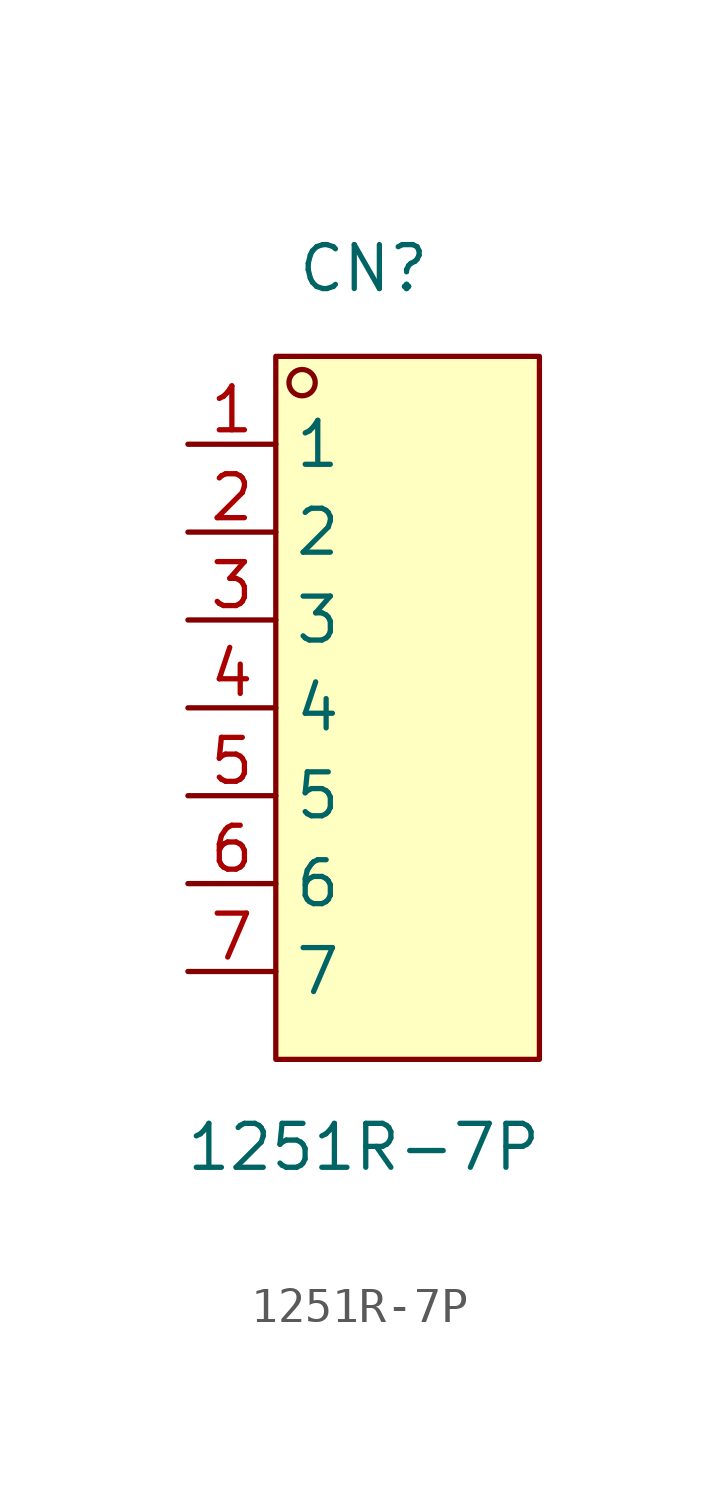
<source format=kicad_sym>
(kicad_symbol_lib
  (version 20211014)
  (generator https://github.com/uPesy/easyeda2kicad.py)
  (symbol "1251R-7P"
    (property "Reference" "CN"
      (at 0 12.70 0)
      (effects (font (size 1.27 1.27))))
    (property "Value" "1251R-7P"
      (at 0 -12.70 0)
      (effects (font (size 1.27 1.27))))
    (symbol "1251R-7P_0_1"
      (rectangle (start -2.54 10.16) (end 5.08 -10.16) (stroke (width 0) (type default) (color 0 0 0 0)) (fill (type background)))
      (circle (center -1.78 9.40) (radius 0.38) (stroke (width 0) (type default) (color 0 0 0 0)) (fill (type none)))
      (pin unspecified line (at -5.08 7.62 0) (length 2.54) (name "1" (effects (font (size 1.27 1.27)))) (number "1" (effects (font (size 1.27 1.27)))))
      (pin unspecified line (at -5.08 5.08 0) (length 2.54) (name "2" (effects (font (size 1.27 1.27)))) (number "2" (effects (font (size 1.27 1.27)))))
      (pin unspecified line (at -5.08 2.54 0) (length 2.54) (name "3" (effects (font (size 1.27 1.27)))) (number "3" (effects (font (size 1.27 1.27)))))
      (pin unspecified line (at -5.08 -0.00 0) (length 2.54) (name "4" (effects (font (size 1.27 1.27)))) (number "4" (effects (font (size 1.27 1.27)))))
      (pin unspecified line (at -5.08 -2.54 0) (length 2.54) (name "5" (effects (font (size 1.27 1.27)))) (number "5" (effects (font (size 1.27 1.27)))))
      (pin unspecified line (at -5.08 -5.08 0) (length 2.54) (name "6" (effects (font (size 1.27 1.27)))) (number "6" (effects (font (size 1.27 1.27)))))
      (pin unspecified line (at -5.08 -7.62 0) (length 2.54) (name "7" (effects (font (size 1.27 1.27)))) (number "7" (effects (font (size 1.27 1.27))))))))
</source>
